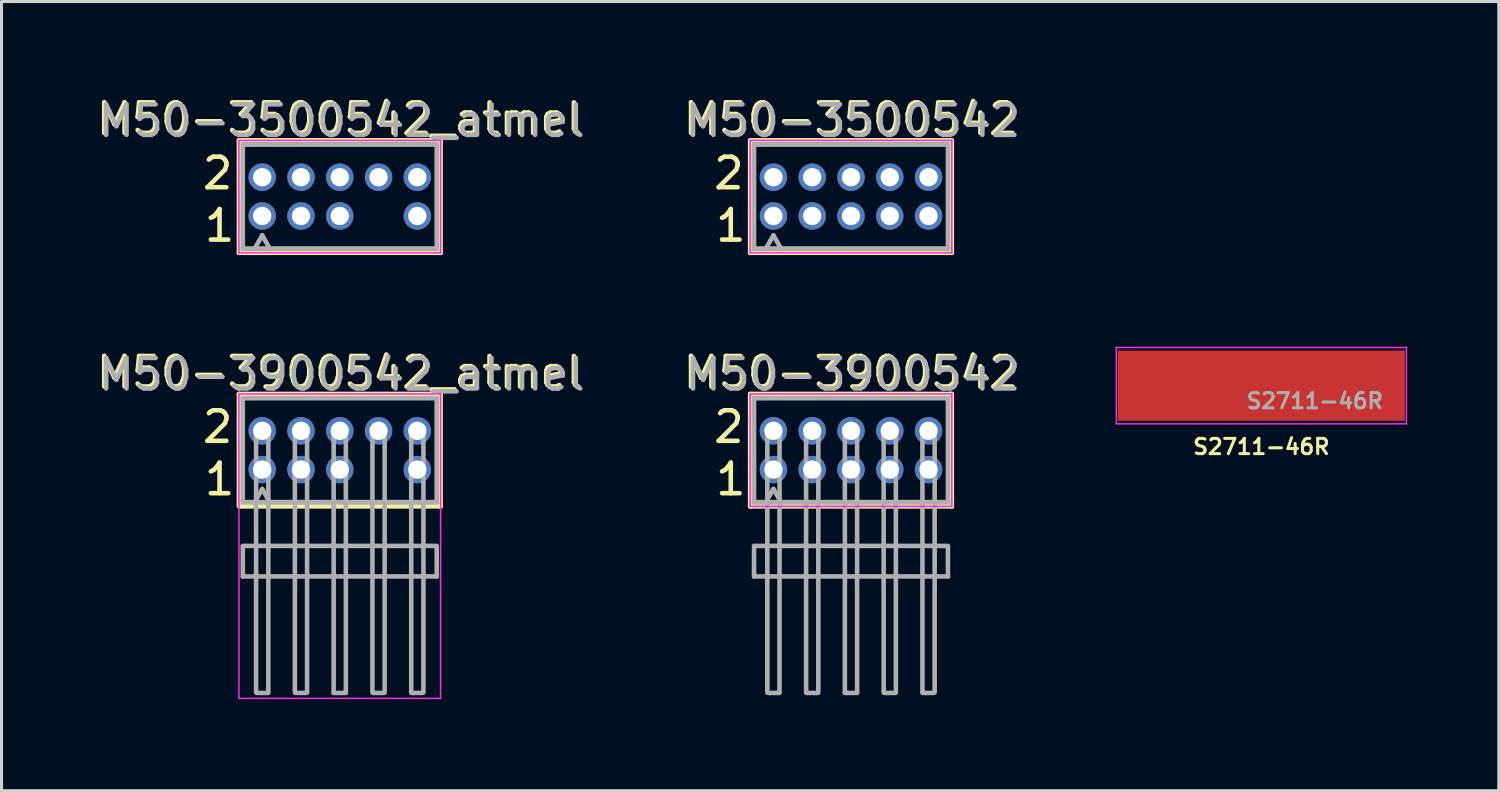
<source format=kicad_pcb>
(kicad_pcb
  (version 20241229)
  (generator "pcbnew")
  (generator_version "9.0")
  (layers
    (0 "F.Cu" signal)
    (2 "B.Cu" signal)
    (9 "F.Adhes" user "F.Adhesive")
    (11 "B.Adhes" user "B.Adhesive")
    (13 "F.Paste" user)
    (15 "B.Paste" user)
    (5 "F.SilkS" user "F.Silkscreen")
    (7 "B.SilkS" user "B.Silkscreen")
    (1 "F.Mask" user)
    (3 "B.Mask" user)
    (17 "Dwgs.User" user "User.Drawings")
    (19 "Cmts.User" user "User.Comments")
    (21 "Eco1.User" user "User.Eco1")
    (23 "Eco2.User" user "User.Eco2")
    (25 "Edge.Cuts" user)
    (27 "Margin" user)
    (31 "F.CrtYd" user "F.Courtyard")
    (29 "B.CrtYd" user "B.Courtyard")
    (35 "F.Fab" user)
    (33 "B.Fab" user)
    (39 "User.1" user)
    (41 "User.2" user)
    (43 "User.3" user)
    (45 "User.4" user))
  (footprint "M50-3900542"
    (layer "F.Cu")
    (at 24.819 11.693)
    (property "Reference" "M50-3900542" (at 0 -2.54 0) (layer "F.SilkS") (effects (font (size 1 1) (thickness 0.15))))
    (attr smd)
    (fp_line (start -3.302 -1.841) (end -3.302 1.841) (stroke (width 0.15) (type solid)) (layer "F.SilkS"))
    (fp_line (start -3.302 1.841) (end 3.302 1.841) (stroke (width 0.15) (type solid)) (layer "F.SilkS"))
    (fp_line (start 3.239 -1.841) (end -3.302 -1.841) (stroke (width 0.15) (type solid)) (layer "F.SilkS"))
    (fp_line (start 3.302 -1.841) (end 3.239 -1.841) (stroke (width 0.15) (type solid)) (layer "F.SilkS"))
    (fp_line (start 3.302 1.841) (end 3.302 -1.841) (stroke (width 0.15) (type solid)) (layer "F.SilkS"))
    (fp_line (start -3.302 -1.841) (end -3.302 1.841) (stroke (width 0.05) (type solid)) (layer "F.CrtYd"))
    (fp_line (start -3.302 1.841) (end 3.302 1.841) (stroke (width 0.05) (type solid)) (layer "F.CrtYd"))
    (fp_line (start 3.302 -1.841) (end -3.302 -1.841) (stroke (width 0.05) (type solid)) (layer "F.CrtYd"))
    (fp_line (start 3.302 1.841) (end 3.302 -1.841) (stroke (width 0.05) (type solid)) (layer "F.CrtYd"))
    (fp_line (start -3.175 -1.7) (end 3.175 -1.7) (stroke (width 0.15) (type solid)) (layer "F.Fab"))
    (fp_line (start -3.175 1.7) (end -3.175 -1.7) (stroke (width 0.15) (type solid)) (layer "F.Fab"))
    (fp_line (start -3.175 3.135) (end 3.175 3.135) (stroke (width 0.15) (type solid)) (layer "F.Fab"))
    (fp_line (start -3.175 3.175) (end -3.175 4.135) (stroke (width 0.15) (type solid)) (layer "F.Fab"))
    (fp_line (start -3.175 4.135) (end 3.175 4.135) (stroke (width 0.15) (type solid)) (layer "F.Fab"))
    (fp_line (start -2.74 -0.635) (end -2.74 7.935) (stroke (width 0.15) (type solid)) (layer "F.Fab"))
    (fp_line (start -2.7 7.95) (end -2.35 7.95) (stroke (width 0.15) (type solid)) (layer "F.Fab"))
    (fp_line (start -2.54 1.27) (end -2.794 1.714) (stroke (width 0.15) (type solid)) (layer "F.Fab"))
    (fp_line (start -2.54 1.27) (end -2.286 1.714) (stroke (width 0.15) (type solid)) (layer "F.Fab"))
    (fp_line (start -2.34 -0.635) (end -2.34 7.935) (stroke (width 0.15) (type solid)) (layer "F.Fab"))
    (fp_line (start -1.47 -0.635) (end -1.47 7.935) (stroke (width 0.15) (type solid)) (layer "F.Fab"))
    (fp_line (start -1.45 7.95) (end -1.1 7.95) (stroke (width 0.15) (type solid)) (layer "F.Fab"))
    (fp_line (start -1.07 -0.635) (end -1.07 7.935) (stroke (width 0.15) (type solid)) (layer "F.Fab"))
    (fp_line (start -0.2 -0.635) (end -0.2 7.935) (stroke (width 0.15) (type solid)) (layer "F.Fab"))
    (fp_line (start -0.2 7.95) (end 0.2 7.95) (stroke (width 0.15) (type solid)) (layer "F.Fab"))
    (fp_line (start 0.2 -0.635) (end 0.2 7.935) (stroke (width 0.15) (type solid)) (layer "F.Fab"))
    (fp_line (start 1.07 -0.635) (end 1.07 7.935) (stroke (width 0.15) (type solid)) (layer "F.Fab"))
    (fp_line (start 1.1 7.95) (end 1.45 7.95) (stroke (width 0.15) (type solid)) (layer "F.Fab"))
    (fp_line (start 1.47 -0.635) (end 1.47 7.935) (stroke (width 0.15) (type solid)) (layer "F.Fab"))
    (fp_line (start 2.34 -0.635) (end 2.34 7.935) (stroke (width 0.15) (type solid)) (layer "F.Fab"))
    (fp_line (start 2.35 7.95) (end 2.7 7.95) (stroke (width 0.15) (type solid)) (layer "F.Fab"))
    (fp_line (start 2.74 -0.635) (end 2.74 7.935) (stroke (width 0.15) (type solid)) (layer "F.Fab"))
    (fp_line (start 3.175 -1.7) (end 3.175 1.7) (stroke (width 0.15) (type solid)) (layer "F.Fab"))
    (fp_line (start 3.175 1.7) (end -3.175 1.7) (stroke (width 0.15) (type solid)) (layer "F.Fab"))
    (fp_line (start 3.175 3.175) (end 3.175 4.135) (stroke (width 0.15) (type solid)) (layer "F.Fab"))
    (fp_text user "1" (at -3.937 0.953 0) (layer "F.SilkS") (effects (font (size 1 1) (thickness 0.15))))
    (fp_text user "2" (at -4 -0.762 0) (layer "F.SilkS") (effects (font (size 1 1) (thickness 0.15))))
    (fp_text user "${REFERENCE}" (at 0.064 -2.477 0) (layer "F.Fab") (effects (font (size 1 1) (thickness 0.15))))
    (pad "1" thru_hole circle (at -2.54 0.635) (size 0.9 0.9) (drill 0.6) (layers "*.Cu" "*.Mask"))
    (pad "2" thru_hole circle (at -2.54 -0.635) (size 0.9 0.9) (drill 0.6) (layers "*.Cu" "*.Mask"))
    (pad "3" thru_hole circle (at -1.27 0.635) (size 0.9 0.9) (drill 0.6) (layers "*.Cu" "*.Mask"))
    (pad "4" thru_hole circle (at -1.27 -0.635) (size 0.9 0.9) (drill 0.6) (layers "*.Cu" "*.Mask"))
    (pad "5" thru_hole circle (at 0 0.635) (size 0.9 0.9) (drill 0.6) (layers "*.Cu" "*.Mask"))
    (pad "6" thru_hole circle (at 0 -0.635) (size 0.9 0.9) (drill 0.6) (layers "*.Cu" "*.Mask"))
    (pad "7" thru_hole circle (at 1.27 0.635) (size 0.9 0.9) (drill 0.6) (layers "*.Cu" "*.Mask"))
    (pad "8" thru_hole circle (at 1.27 -0.635) (size 0.9 0.9) (drill 0.6) (layers "*.Cu" "*.Mask"))
    (pad "9" thru_hole circle (at 2.54 0.635) (size 0.9 0.9) (drill 0.6) (layers "*.Cu" "*.Mask"))
    (pad "10" thru_hole circle (at 2.54 -0.635) (size 0.9 0.9) (drill 0.6) (layers "*.Cu" "*.Mask")))
  (footprint "M50-3900542_atmel"
    (layer "F.Cu")
    (at 8.077 11.693)
    (property "Reference" "M50-3900542_atmel" (at 0 -2.54 0) (layer "F.SilkS") (effects (font (size 1 1) (thickness 0.15))))
    (attr smd)
    (fp_line (start -3.302 -1.841) (end -3.302 1.778) (stroke (width 0.15) (type solid)) (layer "F.SilkS"))
    (fp_line (start -3.302 1.841) (end 3.302 1.841) (stroke (width 0.15) (type solid)) (layer "F.SilkS"))
    (fp_line (start 3.239 -1.841) (end -3.302 -1.841) (stroke (width 0.15) (type solid)) (layer "F.SilkS"))
    (fp_line (start 3.302 -1.841) (end 3.239 -1.841) (stroke (width 0.15) (type solid)) (layer "F.SilkS"))
    (fp_line (start 3.302 1.841) (end 3.302 -1.841) (stroke (width 0.15) (type solid)) (layer "F.SilkS"))
    (fp_line (start -3.302 -1.841) (end -3.302 8.128) (stroke (width 0.05) (type solid)) (layer "F.CrtYd"))
    (fp_line (start -3.302 8.128) (end 3.302 8.128) (stroke (width 0.05) (type solid)) (layer "F.CrtYd"))
    (fp_line (start 3.302 -1.841) (end -3.302 -1.841) (stroke (width 0.05) (type solid)) (layer "F.CrtYd"))
    (fp_line (start 3.302 8.128) (end 3.302 -1.841) (stroke (width 0.05) (type solid)) (layer "F.CrtYd"))
    (fp_line (start -3.175 -1.7) (end 3.175 -1.7) (stroke (width 0.15) (type solid)) (layer "F.Fab"))
    (fp_line (start -3.175 1.7) (end -3.175 -1.7) (stroke (width 0.15) (type solid)) (layer "F.Fab"))
    (fp_line (start -3.175 3.135) (end 3.175 3.135) (stroke (width 0.15) (type solid)) (layer "F.Fab"))
    (fp_line (start -3.175 3.175) (end -3.175 4.135) (stroke (width 0.15) (type solid)) (layer "F.Fab"))
    (fp_line (start -3.175 4.135) (end 3.175 4.135) (stroke (width 0.15) (type solid)) (layer "F.Fab"))
    (fp_line (start -2.74 -0.635) (end -2.74 7.935) (stroke (width 0.15) (type solid)) (layer "F.Fab"))
    (fp_line (start -2.7 7.95) (end -2.35 7.95) (stroke (width 0.15) (type solid)) (layer "F.Fab"))
    (fp_line (start -2.54 1.27) (end -2.794 1.714) (stroke (width 0.15) (type solid)) (layer "F.Fab"))
    (fp_line (start -2.54 1.27) (end -2.286 1.714) (stroke (width 0.15) (type solid)) (layer "F.Fab"))
    (fp_line (start -2.34 -0.635) (end -2.34 7.935) (stroke (width 0.15) (type solid)) (layer "F.Fab"))
    (fp_line (start -1.47 -0.635) (end -1.47 7.935) (stroke (width 0.15) (type solid)) (layer "F.Fab"))
    (fp_line (start -1.45 7.95) (end -1.1 7.95) (stroke (width 0.15) (type solid)) (layer "F.Fab"))
    (fp_line (start -1.07 -0.635) (end -1.07 7.935) (stroke (width 0.15) (type solid)) (layer "F.Fab"))
    (fp_line (start -0.2 -0.635) (end -0.2 7.935) (stroke (width 0.15) (type solid)) (layer "F.Fab"))
    (fp_line (start -0.2 7.95) (end 0.2 7.95) (stroke (width 0.15) (type solid)) (layer "F.Fab"))
    (fp_line (start 0.2 -0.635) (end 0.2 7.935) (stroke (width 0.15) (type solid)) (layer "F.Fab"))
    (fp_line (start 1.07 -0.635) (end 1.07 7.935) (stroke (width 0.15) (type solid)) (layer "F.Fab"))
    (fp_line (start 1.1 7.95) (end 1.45 7.95) (stroke (width 0.15) (type solid)) (layer "F.Fab"))
    (fp_line (start 1.47 -0.635) (end 1.47 7.935) (stroke (width 0.15) (type solid)) (layer "F.Fab"))
    (fp_line (start 2.34 -0.635) (end 2.34 7.935) (stroke (width 0.15) (type solid)) (layer "F.Fab"))
    (fp_line (start 2.35 7.95) (end 2.7 7.95) (stroke (width 0.15) (type solid)) (layer "F.Fab"))
    (fp_line (start 2.74 -0.635) (end 2.74 7.935) (stroke (width 0.15) (type solid)) (layer "F.Fab"))
    (fp_line (start 3.175 -1.7) (end 3.175 1.7) (stroke (width 0.15) (type solid)) (layer "F.Fab"))
    (fp_line (start 3.175 1.7) (end -3.175 1.7) (stroke (width 0.15) (type solid)) (layer "F.Fab"))
    (fp_line (start 3.175 3.175) (end 3.175 4.135) (stroke (width 0.15) (type solid)) (layer "F.Fab"))
    (fp_text user "2" (at -4 -0.762 0) (layer "F.SilkS") (effects (font (size 1 1) (thickness 0.15))))
    (fp_text user "1" (at -3.937 0.953 0) (layer "F.SilkS") (effects (font (size 1 1) (thickness 0.15))))
    (fp_text user "${REFERENCE}" (at 0.064 -2.477 0) (layer "F.Fab") (effects (font (size 1 1) (thickness 0.15))))
    (pad "1" thru_hole circle (at -2.54 0.635) (size 0.9 0.9) (drill 0.6) (layers "*.Cu" "*.Mask"))
    (pad "2" thru_hole circle (at -2.54 -0.635) (size 0.9 0.9) (drill 0.6) (layers "*.Cu" "*.Mask"))
    (pad "3" thru_hole circle (at -1.27 0.635) (size 0.9 0.9) (drill 0.6) (layers "*.Cu" "*.Mask"))
    (pad "4" thru_hole circle (at -1.27 -0.635) (size 0.9 0.9) (drill 0.6) (layers "*.Cu" "*.Mask"))
    (pad "5" thru_hole circle (at 0 0.635) (size 0.9 0.9) (drill 0.6) (layers "*.Cu" "*.Mask"))
    (pad "6" thru_hole circle (at 0 -0.635) (size 0.9 0.9) (drill 0.6) (layers "*.Cu" "*.Mask"))
    (pad "8" thru_hole circle (at 1.27 -0.635) (size 0.9 0.9) (drill 0.6) (layers "*.Cu" "*.Mask"))
    (pad "9" thru_hole circle (at 2.54 0.635) (size 0.9 0.9) (drill 0.6) (layers "*.Cu" "*.Mask"))
    (pad "10" thru_hole circle (at 2.54 -0.635) (size 0.9 0.9) (drill 0.6) (layers "*.Cu" "*.Mask")))
  (footprint "S2711-46R"
    (layer "F.Cu")
    (at 38.259 9.58)
    (property "Reference" "S2711-46R" (at 0 2 0) (layer "F.SilkS") (effects (font (size 0.5 0.5) (thickness 0.1))))
    (attr smd)
    (fp_line (start -4.75 -1.25) (end 4.75 -1.25) (stroke (width 0.05) (type solid)) (layer "F.CrtYd"))
    (fp_line (start -4.75 1.25) (end -4.75 -1.25) (stroke (width 0.05) (type solid)) (layer "F.CrtYd"))
    (fp_line (start 4.75 -1.25) (end 4.75 1.25) (stroke (width 0.05) (type solid)) (layer "F.CrtYd"))
    (fp_line (start 4.75 1.25) (end -4.75 1.25) (stroke (width 0.05) (type solid)) (layer "F.CrtYd"))
    (fp_text user "${REFERENCE}" (at 1.75 0.5 0) (layer "F.Fab") (effects (font (size 0.5 0.5) (thickness 0.1))))
    (pad "1" smd rect (at 0 0) (size 9.4 2.3) (layers "F.Cu" "F.Mask")))
  (footprint "M50-3500542_atmel"
    (layer "F.Cu")
    (at 8.077 3.388)
    (property "Reference" "M50-3500542_atmel" (at 0 -2.54 0) (layer "F.SilkS") (effects (font (size 1 1) (thickness 0.15))))
    (attr smd)
    (fp_line (start -3.302 -1.841) (end -3.302 1.841) (stroke (width 0.15) (type solid)) (layer "F.SilkS"))
    (fp_line (start -3.302 1.841) (end 3.302 1.841) (stroke (width 0.15) (type solid)) (layer "F.SilkS"))
    (fp_line (start 3.239 -1.841) (end -3.302 -1.841) (stroke (width 0.15) (type solid)) (layer "F.SilkS"))
    (fp_line (start 3.302 -1.841) (end 3.239 -1.841) (stroke (width 0.15) (type solid)) (layer "F.SilkS"))
    (fp_line (start 3.302 1.841) (end 3.302 -1.841) (stroke (width 0.15) (type solid)) (layer "F.SilkS"))
    (fp_line (start -3.302 -1.841) (end -3.302 1.841) (stroke (width 0.05) (type solid)) (layer "F.CrtYd"))
    (fp_line (start -3.302 1.841) (end 3.302 1.841) (stroke (width 0.05) (type solid)) (layer "F.CrtYd"))
    (fp_line (start 3.302 -1.841) (end -3.302 -1.841) (stroke (width 0.05) (type solid)) (layer "F.CrtYd"))
    (fp_line (start 3.302 1.841) (end 3.302 -1.841) (stroke (width 0.05) (type solid)) (layer "F.CrtYd"))
    (fp_line (start -3.175 -1.7) (end 3.175 -1.7) (stroke (width 0.15) (type solid)) (layer "F.Fab"))
    (fp_line (start -3.175 1.7) (end -3.175 -1.7) (stroke (width 0.15) (type solid)) (layer "F.Fab"))
    (fp_line (start -2.54 1.27) (end -2.794 1.714) (stroke (width 0.15) (type solid)) (layer "F.Fab"))
    (fp_line (start -2.54 1.27) (end -2.286 1.714) (stroke (width 0.15) (type solid)) (layer "F.Fab"))
    (fp_line (start 3.175 -1.7) (end 3.175 1.7) (stroke (width 0.15) (type solid)) (layer "F.Fab"))
    (fp_line (start 3.175 1.7) (end -3.175 1.7) (stroke (width 0.15) (type solid)) (layer "F.Fab"))
    (fp_text user "1" (at -3.937 0.953 0) (layer "F.SilkS") (effects (font (size 1 1) (thickness 0.15))))
    (fp_text user "2" (at -4 -0.762 0) (layer "F.SilkS") (effects (font (size 1 1) (thickness 0.15))))
    (fp_text user "${REFERENCE}" (at 0.064 -2.477 0) (layer "F.Fab") (effects (font (size 1 1) (thickness 0.15))))
    (pad "1" thru_hole circle (at -2.54 0.635) (size 0.9 0.9) (drill 0.6) (layers "*.Cu" "*.Mask"))
    (pad "2" thru_hole circle (at -2.54 -0.635) (size 0.9 0.9) (drill 0.6) (layers "*.Cu" "*.Mask"))
    (pad "3" thru_hole circle (at -1.27 0.635) (size 0.9 0.9) (drill 0.6) (layers "*.Cu" "*.Mask"))
    (pad "4" thru_hole circle (at -1.27 -0.635) (size 0.9 0.9) (drill 0.6) (layers "*.Cu" "*.Mask"))
    (pad "5" thru_hole circle (at 0 0.635) (size 0.9 0.9) (drill 0.6) (layers "*.Cu" "*.Mask"))
    (pad "6" thru_hole circle (at 0 -0.635) (size 0.9 0.9) (drill 0.6) (layers "*.Cu" "*.Mask"))
    (pad "8" thru_hole circle (at 1.27 -0.635) (size 0.9 0.9) (drill 0.6) (layers "*.Cu" "*.Mask"))
    (pad "9" thru_hole circle (at 2.54 0.635) (size 0.9 0.9) (drill 0.6) (layers "*.Cu" "*.Mask"))
    (pad "10" thru_hole circle (at 2.54 -0.635) (size 0.9 0.9) (drill 0.6) (layers "*.Cu" "*.Mask")))
  (footprint "M50-3500542"
    (layer "F.Cu")
    (at 24.819 3.388)
    (property "Reference" "M50-3500542" (at 0 -2.54 0) (layer "F.SilkS") (effects (font (size 1 1) (thickness 0.15))))
    (attr smd)
    (fp_line (start -3.302 -1.841) (end -3.302 1.841) (stroke (width 0.15) (type solid)) (layer "F.SilkS"))
    (fp_line (start -3.302 1.841) (end 3.302 1.841) (stroke (width 0.15) (type solid)) (layer "F.SilkS"))
    (fp_line (start 3.239 -1.841) (end -3.302 -1.841) (stroke (width 0.15) (type solid)) (layer "F.SilkS"))
    (fp_line (start 3.302 -1.841) (end 3.239 -1.841) (stroke (width 0.15) (type solid)) (layer "F.SilkS"))
    (fp_line (start 3.302 1.841) (end 3.302 -1.841) (stroke (width 0.15) (type solid)) (layer "F.SilkS"))
    (fp_line (start -3.302 -1.841) (end -3.302 1.841) (stroke (width 0.05) (type solid)) (layer "F.CrtYd"))
    (fp_line (start -3.302 1.841) (end 3.302 1.841) (stroke (width 0.05) (type solid)) (layer "F.CrtYd"))
    (fp_line (start 3.302 -1.841) (end -3.302 -1.841) (stroke (width 0.05) (type solid)) (layer "F.CrtYd"))
    (fp_line (start 3.302 1.841) (end 3.302 -1.841) (stroke (width 0.05) (type solid)) (layer "F.CrtYd"))
    (fp_line (start -3.175 -1.7) (end 3.175 -1.7) (stroke (width 0.15) (type solid)) (layer "F.Fab"))
    (fp_line (start -3.175 1.7) (end -3.175 -1.7) (stroke (width 0.15) (type solid)) (layer "F.Fab"))
    (fp_line (start -2.54 1.27) (end -2.794 1.714) (stroke (width 0.15) (type solid)) (layer "F.Fab"))
    (fp_line (start -2.54 1.27) (end -2.286 1.714) (stroke (width 0.15) (type solid)) (layer "F.Fab"))
    (fp_line (start 3.175 -1.7) (end 3.175 1.7) (stroke (width 0.15) (type solid)) (layer "F.Fab"))
    (fp_line (start 3.175 1.7) (end -3.175 1.7) (stroke (width 0.15) (type solid)) (layer "F.Fab"))
    (fp_text user "2" (at -4 -0.762 0) (layer "F.SilkS") (effects (font (size 1 1) (thickness 0.15))))
    (fp_text user "1" (at -3.937 0.953 0) (layer "F.SilkS") (effects (font (size 1 1) (thickness 0.15))))
    (fp_text user "${REFERENCE}" (at 0.064 -2.477 0) (layer "F.Fab") (effects (font (size 1 1) (thickness 0.15))))
    (pad "1" thru_hole circle (at -2.54 0.635) (size 0.9 0.9) (drill 0.6) (layers "*.Cu" "*.Mask"))
    (pad "2" thru_hole circle (at -2.54 -0.635) (size 0.9 0.9) (drill 0.6) (layers "*.Cu" "*.Mask"))
    (pad "3" thru_hole circle (at -1.27 0.635) (size 0.9 0.9) (drill 0.6) (layers "*.Cu" "*.Mask"))
    (pad "4" thru_hole circle (at -1.27 -0.635) (size 0.9 0.9) (drill 0.6) (layers "*.Cu" "*.Mask"))
    (pad "5" thru_hole circle (at 0 0.635) (size 0.9 0.9) (drill 0.6) (layers "*.Cu" "*.Mask"))
    (pad "6" thru_hole circle (at 0 -0.635) (size 0.9 0.9) (drill 0.6) (layers "*.Cu" "*.Mask"))
    (pad "7" thru_hole circle (at 1.27 0.635) (size 0.9 0.9) (drill 0.6) (layers "*.Cu" "*.Mask"))
    (pad "8" thru_hole circle (at 1.27 -0.635) (size 0.9 0.9) (drill 0.6) (layers "*.Cu" "*.Mask"))
    (pad "9" thru_hole circle (at 2.54 0.635) (size 0.9 0.9) (drill 0.6) (layers "*.Cu" "*.Mask"))
    (pad "10" thru_hole circle (at 2.54 -0.635) (size 0.9 0.9) (drill 0.6) (layers "*.Cu" "*.Mask")))
  (gr_rect
    (start -3 -3)
    (end 46.034 22.846)
    (stroke (width 0.1) (type default))
    (fill no)
    (layer "Edge.Cuts")))
</source>
